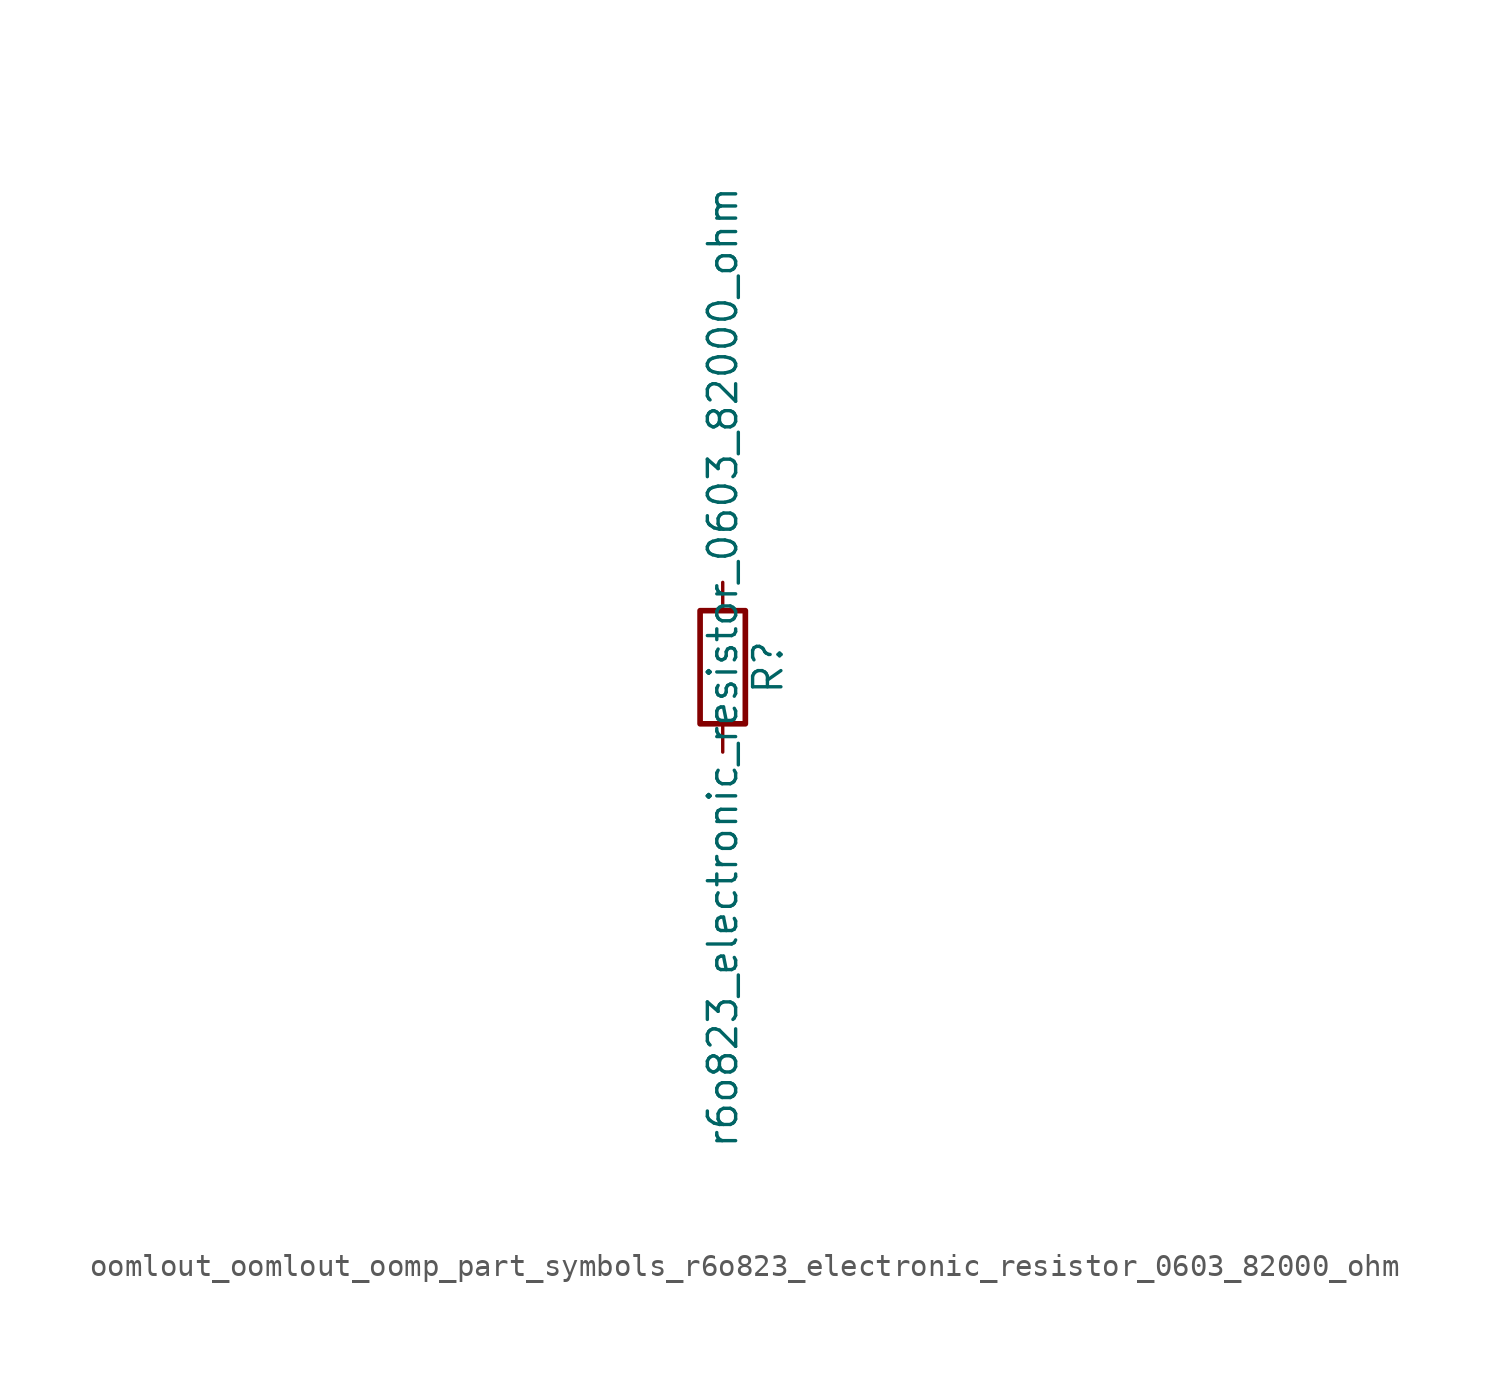
<source format=kicad_sym>
(kicad_symbol_lib
  (version 20220914)
  (generator kicad_symbol_editor)
  (symbol "oomlout_oomlout_oomp_part_symbols_r6o823_electronic_resistor_0603_82000_ohm"
    (pin_numbers hide)
    (pin_names
      (offset 0))
    (property "Reference" "R"
      (at 2.032 0 90)
      (effects (font (size 1.27 1.27))))
    (property "Value" "r6o823_electronic_resistor_0603_82000_ohm"
      (at 0 0 90)
      (effects (font (size 1.27 1.27))))
    (symbol "oomlout_oomlout_oomp_part_symbols_r6o823_electronic_resistor_0603_82000_ohm_0_1"
      (rectangle (start -1.016 -2.54) (end 1.016 2.54) (stroke (width 0.254) (type default)) (fill (type none))))
    (symbol "oomlout_oomlout_oomp_part_symbols_r6o823_electronic_resistor_0603_82000_ohm_1_1"
      (pin passive line (at 0 3.81 270) (length 1.27) (name "~" (effects (font (size 1.27 1.27)))) (number "1" (effects (font (size 1.27 1.27)))))
      (pin passive line (at 0 -3.81 90) (length 1.27) (name "~" (effects (font (size 1.27 1.27)))) (number "2" (effects (font (size 1.27 1.27))))))))
</source>
